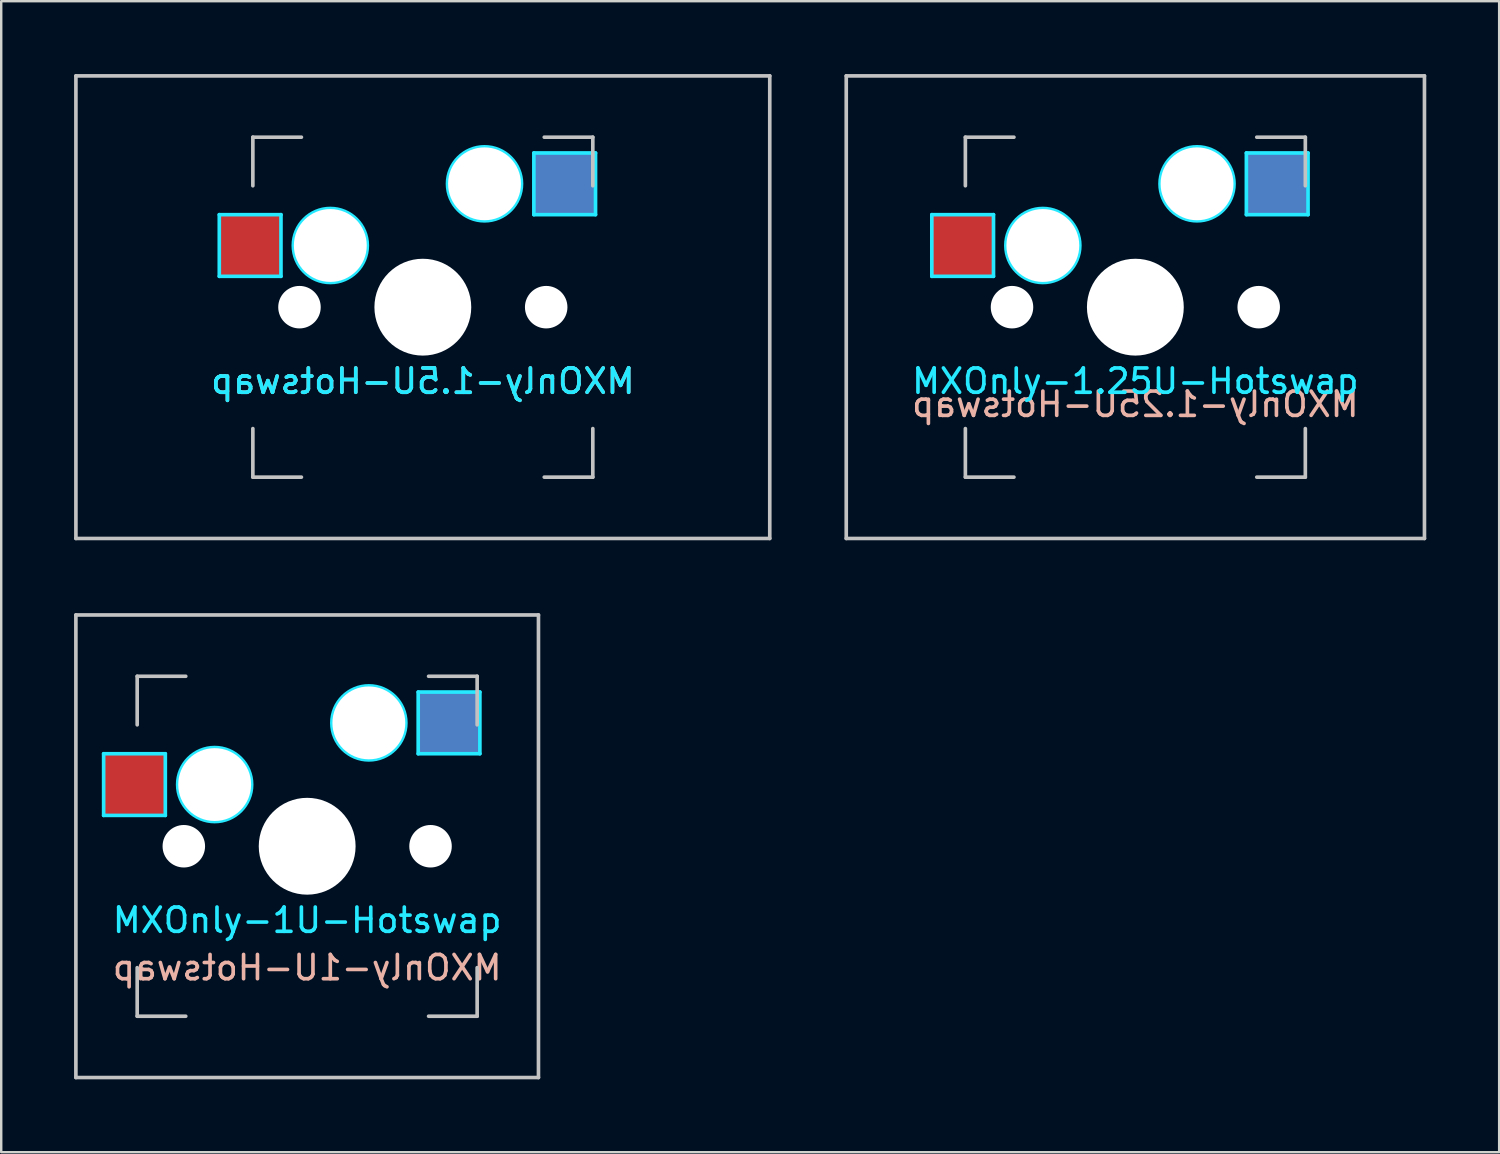
<source format=kicad_pcb>
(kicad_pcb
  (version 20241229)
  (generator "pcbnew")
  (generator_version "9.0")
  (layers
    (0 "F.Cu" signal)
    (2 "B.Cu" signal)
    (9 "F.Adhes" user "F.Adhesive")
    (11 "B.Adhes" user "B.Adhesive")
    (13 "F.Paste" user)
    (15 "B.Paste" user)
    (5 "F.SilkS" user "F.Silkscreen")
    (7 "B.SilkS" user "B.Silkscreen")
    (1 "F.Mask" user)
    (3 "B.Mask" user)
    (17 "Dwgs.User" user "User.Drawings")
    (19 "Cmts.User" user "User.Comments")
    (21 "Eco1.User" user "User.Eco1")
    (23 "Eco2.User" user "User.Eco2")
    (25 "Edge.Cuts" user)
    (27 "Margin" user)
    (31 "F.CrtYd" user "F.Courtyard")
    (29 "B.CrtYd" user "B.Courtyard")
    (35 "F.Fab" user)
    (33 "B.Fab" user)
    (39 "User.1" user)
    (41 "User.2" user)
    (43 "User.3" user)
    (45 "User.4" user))
  (footprint "MXOnly-1.5U-Hotswap"
    (layer "F.Cu")
    (at 14.363 9.6)
    (property "Reference" "MXOnly-1.5U-Hotswap" (at 0 3.048 0) (layer "B.CrtYd") (effects (font (size 1 1) (thickness 0.15)) (justify mirror)))
    (attr smd)
    (fp_line (start -14.287 -9.525) (end 14.287 -9.525) (stroke (width 0.15) (type solid)) (layer "Dwgs.User"))
    (fp_line (start -14.287 9.525) (end -14.287 -9.525) (stroke (width 0.15) (type solid)) (layer "Dwgs.User"))
    (fp_line (start -7 -7) (end -7 -5) (stroke (width 0.15) (type solid)) (layer "Dwgs.User"))
    (fp_line (start -7 5) (end -7 7) (stroke (width 0.15) (type solid)) (layer "Dwgs.User"))
    (fp_line (start -7 7) (end -5 7) (stroke (width 0.15) (type solid)) (layer "Dwgs.User"))
    (fp_line (start -5 -7) (end -7 -7) (stroke (width 0.15) (type solid)) (layer "Dwgs.User"))
    (fp_line (start 5 -7) (end 7 -7) (stroke (width 0.15) (type solid)) (layer "Dwgs.User"))
    (fp_line (start 5 7) (end 7 7) (stroke (width 0.15) (type solid)) (layer "Dwgs.User"))
    (fp_line (start 7 -7) (end 7 -5) (stroke (width 0.15) (type solid)) (layer "Dwgs.User"))
    (fp_line (start 7 7) (end 7 5) (stroke (width 0.15) (type solid)) (layer "Dwgs.User"))
    (fp_line (start 14.287 -9.525) (end 14.287 9.525) (stroke (width 0.15) (type solid)) (layer "Dwgs.User"))
    (fp_line (start 14.287 9.525) (end -14.287 9.525) (stroke (width 0.15) (type solid)) (layer "Dwgs.User"))
    (fp_line (start -8.382 -3.81) (end -5.842 -3.81) (stroke (width 0.15) (type solid)) (layer "B.CrtYd"))
    (fp_line (start -8.382 -1.27) (end -8.382 -3.81) (stroke (width 0.15) (type solid)) (layer "B.CrtYd"))
    (fp_line (start -5.842 -3.81) (end -5.842 -1.27) (stroke (width 0.15) (type solid)) (layer "B.CrtYd"))
    (fp_line (start -5.842 -1.27) (end -8.382 -1.27) (stroke (width 0.15) (type solid)) (layer "B.CrtYd"))
    (fp_line (start 4.572 -6.35) (end 7.112 -6.35) (stroke (width 0.15) (type solid)) (layer "B.CrtYd"))
    (fp_line (start 4.572 -3.81) (end 4.572 -6.35) (stroke (width 0.15) (type solid)) (layer "B.CrtYd"))
    (fp_line (start 7.112 -6.35) (end 7.112 -3.81) (stroke (width 0.15) (type solid)) (layer "B.CrtYd"))
    (fp_line (start 7.112 -3.81) (end 4.572 -3.81) (stroke (width 0.15) (type solid)) (layer "B.CrtYd"))
    (fp_circle (center -3.81 -2.54) (end -3.81 -4.064) (stroke (width 0.15) (type solid)) (fill no) (layer "B.CrtYd"))
    (fp_circle (center 2.54 -5.08) (end 2.54 -6.604) (stroke (width 0.15) (type solid)) (fill no) (layer "B.CrtYd"))
    (fp_text user "${REFERENCE}" (at 0 3.048 0) (layer "B.SilkS") (effects (font (size 1 1) (thickness 0.15)) (justify mirror)))
    (pad "" np_thru_hole circle (at -5.08 0 48.1) (size 1.75 1.75) (drill 1.75) (layers "*.Cu" "*.Mask"))
    (pad "" np_thru_hole circle (at -3.81 -2.54) (size 3 3) (drill 3) (layers "*.Cu" "*.Mask"))
    (pad "" np_thru_hole circle (at 0 0) (size 3.988 3.988) (drill 3.988) (layers "*.Cu" "*.Mask"))
    (pad "" np_thru_hole circle (at 2.54 -5.08) (size 3 3) (drill 3) (layers "*.Cu" "*.Mask"))
    (pad "" np_thru_hole circle (at 5.08 0 48.1) (size 1.75 1.75) (drill 1.75) (layers "*.Cu" "*.Mask"))
    (pad "1" smd rect (at -7.085 -2.54) (size 2.55 2.5) (layers "F.Cu" "F.Mask" "F.Paste"))
    (pad "2" smd rect (at 5.842 -5.08) (size 2.55 2.5) (layers "B.Cu" "B.Mask" "B.Paste")))
  (footprint "MXOnly-1U-Hotswap"
    (layer "F.Cu")
    (at 9.6 31.8)
    (property "Reference" "MXOnly-1U-Hotswap" (at 0 3.048 0) (layer "B.CrtYd") (effects (font (size 1 1) (thickness 0.15))))
    (attr smd)
    (fp_line (start -9.525 -9.525) (end 9.525 -9.525) (stroke (width 0.15) (type solid)) (layer "Dwgs.User"))
    (fp_line (start -9.525 9.525) (end -9.525 -9.525) (stroke (width 0.15) (type solid)) (layer "Dwgs.User"))
    (fp_line (start -7 -7) (end -7 -5) (stroke (width 0.15) (type solid)) (layer "Dwgs.User"))
    (fp_line (start -7 5) (end -7 7) (stroke (width 0.15) (type solid)) (layer "Dwgs.User"))
    (fp_line (start -7 7) (end -5 7) (stroke (width 0.15) (type solid)) (layer "Dwgs.User"))
    (fp_line (start -5 -7) (end -7 -7) (stroke (width 0.15) (type solid)) (layer "Dwgs.User"))
    (fp_line (start 5 -7) (end 7 -7) (stroke (width 0.15) (type solid)) (layer "Dwgs.User"))
    (fp_line (start 5 7) (end 7 7) (stroke (width 0.15) (type solid)) (layer "Dwgs.User"))
    (fp_line (start 7 -7) (end 7 -5) (stroke (width 0.15) (type solid)) (layer "Dwgs.User"))
    (fp_line (start 7 7) (end 7 5) (stroke (width 0.15) (type solid)) (layer "Dwgs.User"))
    (fp_line (start 9.525 -9.525) (end 9.525 9.525) (stroke (width 0.15) (type solid)) (layer "Dwgs.User"))
    (fp_line (start 9.525 9.525) (end -9.525 9.525) (stroke (width 0.15) (type solid)) (layer "Dwgs.User"))
    (fp_line (start -8.382 -3.81) (end -8.382 -1.27) (stroke (width 0.15) (type solid)) (layer "B.CrtYd"))
    (fp_line (start -8.382 -1.27) (end -5.842 -1.27) (stroke (width 0.15) (type solid)) (layer "B.CrtYd"))
    (fp_line (start -5.842 -3.81) (end -8.382 -3.81) (stroke (width 0.15) (type solid)) (layer "B.CrtYd"))
    (fp_line (start -5.842 -1.27) (end -5.842 -3.81) (stroke (width 0.15) (type solid)) (layer "B.CrtYd"))
    (fp_line (start 4.572 -6.35) (end 7.112 -6.35) (stroke (width 0.15) (type solid)) (layer "B.CrtYd"))
    (fp_line (start 4.572 -3.81) (end 4.572 -6.35) (stroke (width 0.15) (type solid)) (layer "B.CrtYd"))
    (fp_line (start 7.112 -6.35) (end 7.112 -3.81) (stroke (width 0.15) (type solid)) (layer "B.CrtYd"))
    (fp_line (start 7.112 -3.81) (end 4.572 -3.81) (stroke (width 0.15) (type solid)) (layer "B.CrtYd"))
    (fp_circle (center -3.81 -2.54) (end -3.81 -4.064) (stroke (width 0.15) (type solid)) (fill no) (layer "B.CrtYd"))
    (fp_circle (center 2.54 -5.08) (end 2.54 -6.604) (stroke (width 0.15) (type solid)) (fill no) (layer "B.CrtYd"))
    (fp_text user "${REFERENCE}" (at 0 5 0) (layer "B.SilkS") (effects (font (size 1 1) (thickness 0.15)) (justify mirror)))
    (pad "" np_thru_hole circle (at -5.08 0 48.1) (size 1.75 1.75) (drill 1.75) (layers "*.Cu" "*.Mask"))
    (pad "" np_thru_hole circle (at -3.81 -2.54) (size 3 3) (drill 3) (layers "*.Cu" "*.Mask"))
    (pad "" np_thru_hole circle (at 0 0) (size 3.988 3.988) (drill 3.988) (layers "*.Cu" "*.Mask"))
    (pad "" np_thru_hole circle (at 2.54 -5.08) (size 3 3) (drill 3) (layers "*.Cu" "*.Mask"))
    (pad "" np_thru_hole circle (at 5.08 0 48.1) (size 1.75 1.75) (drill 1.75) (layers "*.Cu" "*.Mask"))
    (pad "1" smd rect (at -7.085 -2.54) (size 2.55 2.5) (layers "F.Cu" "F.Mask" "F.Paste"))
    (pad "2" smd rect (at 5.842 -5.08) (size 2.55 2.5) (layers "B.Cu" "B.Mask" "B.Paste")))
  (footprint "MXOnly-1.25U-Hotswap"
    (layer "F.Cu")
    (at 43.706 9.6)
    (property "Reference" "MXOnly-1.25U-Hotswap" (at 0 3.048 0) (layer "B.CrtYd") (effects (font (size 1 1) (thickness 0.15))))
    (attr smd)
    (fp_line (start -11.906 -9.525) (end 11.906 -9.525) (stroke (width 0.15) (type solid)) (layer "Dwgs.User"))
    (fp_line (start -11.906 9.525) (end -11.906 -9.525) (stroke (width 0.15) (type solid)) (layer "Dwgs.User"))
    (fp_line (start -7 -7) (end -7 -5) (stroke (width 0.15) (type solid)) (layer "Dwgs.User"))
    (fp_line (start -7 5) (end -7 7) (stroke (width 0.15) (type solid)) (layer "Dwgs.User"))
    (fp_line (start -7 7) (end -5 7) (stroke (width 0.15) (type solid)) (layer "Dwgs.User"))
    (fp_line (start -5 -7) (end -7 -7) (stroke (width 0.15) (type solid)) (layer "Dwgs.User"))
    (fp_line (start 5 -7) (end 7 -7) (stroke (width 0.15) (type solid)) (layer "Dwgs.User"))
    (fp_line (start 5 7) (end 7 7) (stroke (width 0.15) (type solid)) (layer "Dwgs.User"))
    (fp_line (start 7 -7) (end 7 -5) (stroke (width 0.15) (type solid)) (layer "Dwgs.User"))
    (fp_line (start 7 7) (end 7 5) (stroke (width 0.15) (type solid)) (layer "Dwgs.User"))
    (fp_line (start 11.906 -9.525) (end 11.906 9.525) (stroke (width 0.15) (type solid)) (layer "Dwgs.User"))
    (fp_line (start 11.906 9.525) (end -11.906 9.525) (stroke (width 0.15) (type solid)) (layer "Dwgs.User"))
    (fp_line (start -8.382 -3.81) (end -5.842 -3.81) (stroke (width 0.15) (type solid)) (layer "B.CrtYd"))
    (fp_line (start -8.382 -1.27) (end -8.382 -3.81) (stroke (width 0.15) (type solid)) (layer "B.CrtYd"))
    (fp_line (start -5.842 -3.81) (end -5.842 -1.27) (stroke (width 0.15) (type solid)) (layer "B.CrtYd"))
    (fp_line (start -5.842 -1.27) (end -8.382 -1.27) (stroke (width 0.15) (type solid)) (layer "B.CrtYd"))
    (fp_line (start 4.572 -6.35) (end 7.112 -6.35) (stroke (width 0.15) (type solid)) (layer "B.CrtYd"))
    (fp_line (start 4.572 -3.81) (end 4.572 -6.35) (stroke (width 0.15) (type solid)) (layer "B.CrtYd"))
    (fp_line (start 7.112 -6.35) (end 7.112 -3.81) (stroke (width 0.15) (type solid)) (layer "B.CrtYd"))
    (fp_line (start 7.112 -3.81) (end 4.572 -3.81) (stroke (width 0.15) (type solid)) (layer "B.CrtYd"))
    (fp_circle (center -3.81 -2.54) (end -3.81 -4.064) (stroke (width 0.15) (type solid)) (fill no) (layer "B.CrtYd"))
    (fp_circle (center 2.54 -5.08) (end 2.54 -6.604) (stroke (width 0.15) (type solid)) (fill no) (layer "B.CrtYd"))
    (fp_text user "${REFERENCE}" (at 0 4 0) (layer "B.SilkS") (effects (font (size 1 1) (thickness 0.15)) (justify mirror)))
    (pad "" np_thru_hole circle (at -5.08 0 48.1) (size 1.75 1.75) (drill 1.75) (layers "*.Cu" "*.Mask"))
    (pad "" np_thru_hole circle (at -3.81 -2.54) (size 3 3) (drill 3) (layers "*.Cu" "*.Mask"))
    (pad "" np_thru_hole circle (at 0 0) (size 3.988 3.988) (drill 3.988) (layers "*.Cu" "*.Mask"))
    (pad "" np_thru_hole circle (at 2.54 -5.08) (size 3 3) (drill 3) (layers "*.Cu" "*.Mask"))
    (pad "" np_thru_hole circle (at 5.08 0 48.1) (size 1.75 1.75) (drill 1.75) (layers "*.Cu" "*.Mask"))
    (pad "1" smd rect (at -7.085 -2.54) (size 2.55 2.5) (layers "F.Cu" "F.Mask" "F.Paste"))
    (pad "2" smd rect (at 5.842 -5.08) (size 2.55 2.5) (layers "B.Cu" "B.Mask" "B.Paste")))
  (gr_rect
    (start -3 -3)
    (end 58.688 44.4)
    (stroke (width 0.1) (type default))
    (fill no)
    (layer "Edge.Cuts")))
</source>
